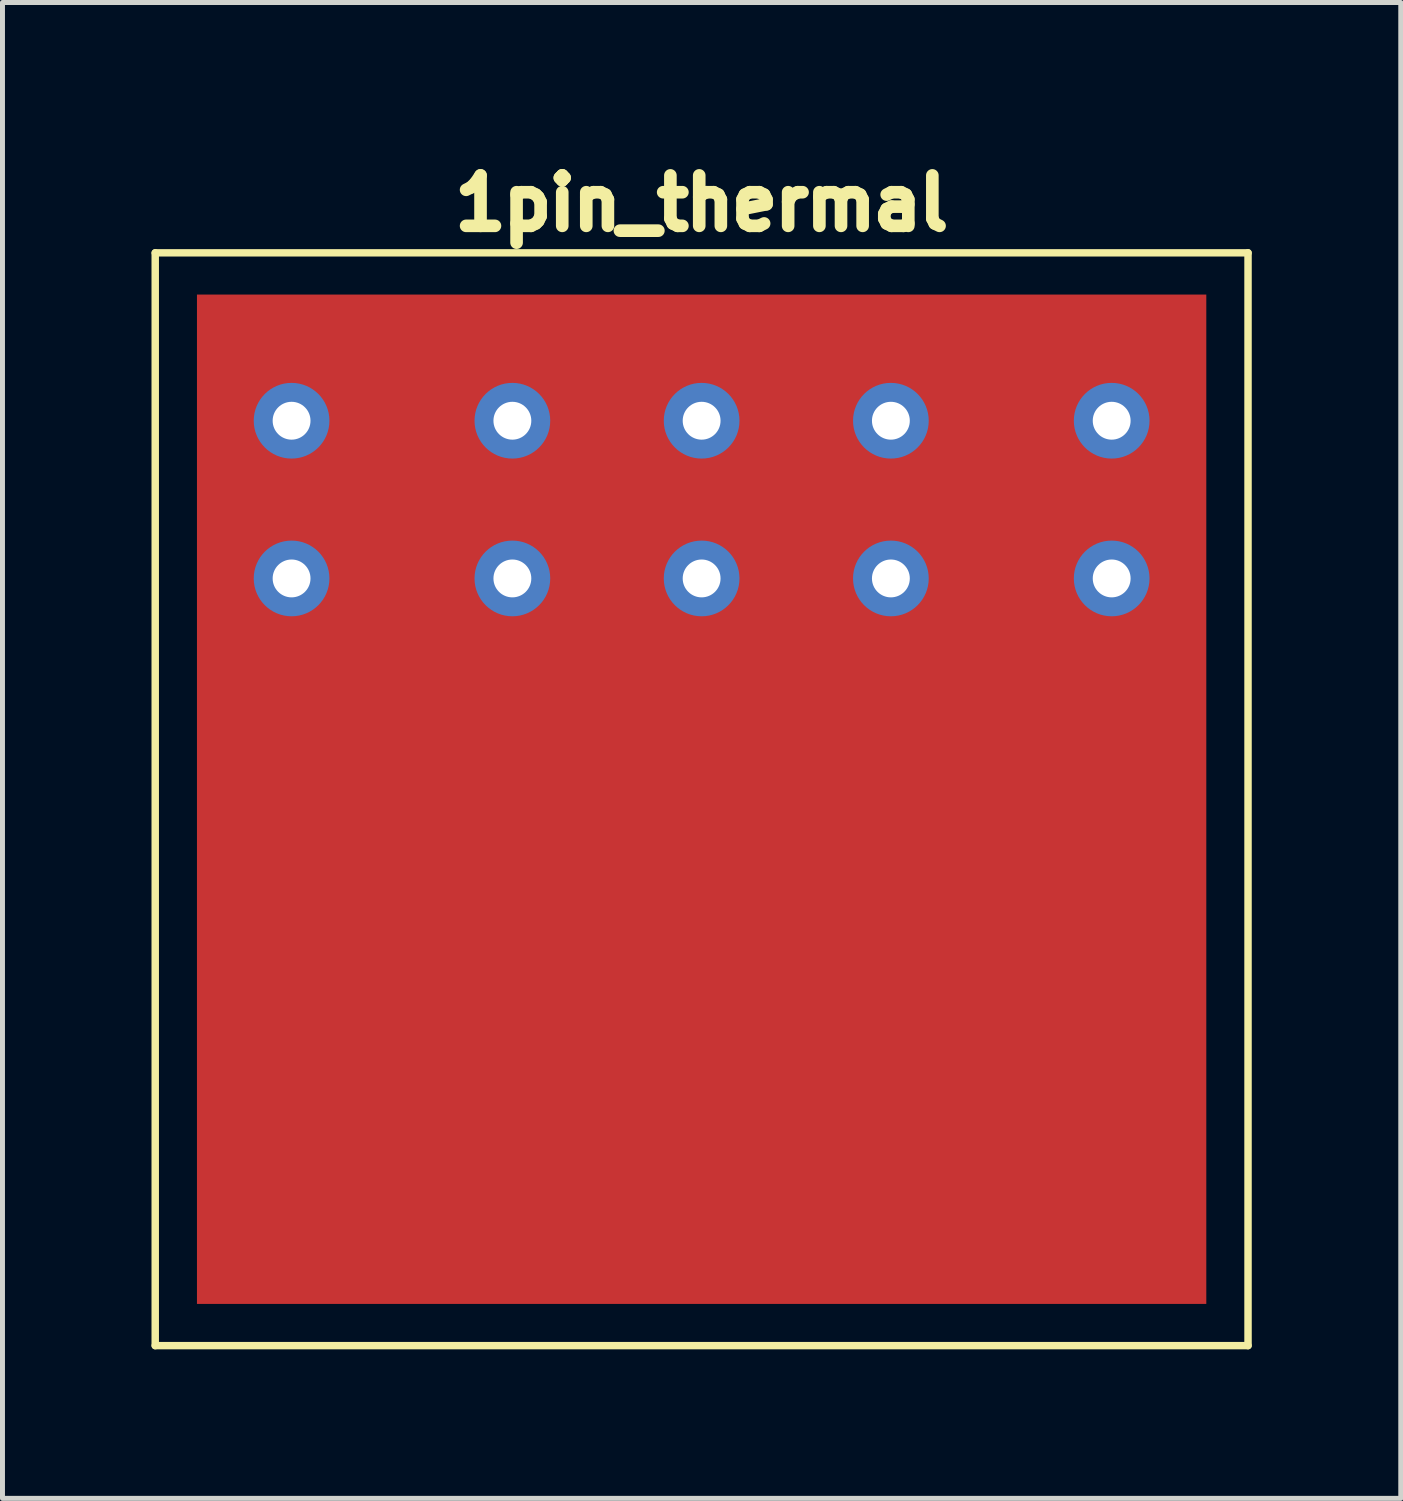
<source format=kicad_pcb>
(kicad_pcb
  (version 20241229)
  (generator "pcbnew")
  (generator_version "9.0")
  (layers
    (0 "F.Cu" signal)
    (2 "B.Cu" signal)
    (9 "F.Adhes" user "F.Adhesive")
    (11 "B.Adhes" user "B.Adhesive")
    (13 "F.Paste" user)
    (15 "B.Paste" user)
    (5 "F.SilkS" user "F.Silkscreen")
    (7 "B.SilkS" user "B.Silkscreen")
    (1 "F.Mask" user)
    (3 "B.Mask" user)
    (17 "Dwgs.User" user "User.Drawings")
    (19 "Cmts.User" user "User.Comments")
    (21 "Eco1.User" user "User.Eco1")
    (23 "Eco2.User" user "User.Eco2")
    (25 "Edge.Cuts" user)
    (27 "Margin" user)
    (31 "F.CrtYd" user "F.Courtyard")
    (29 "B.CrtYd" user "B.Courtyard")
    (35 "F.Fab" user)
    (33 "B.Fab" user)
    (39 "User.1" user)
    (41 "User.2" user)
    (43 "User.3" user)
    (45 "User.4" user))
  (footprint "1pin_thermal"
    (layer "F.Cu")
    (at 11.075 13.04)
    (property "Reference" "1pin_thermal" (at 0 -12 0) (layer "F.SilkS") (effects (font (size 1.016 1.016) (thickness 0.254))))
    (attr through_hole)
    (fp_line (start -11 -11) (end 11 -11) (stroke (width 0.15) (type solid)) (layer "F.SilkS"))
    (fp_line (start -11 11) (end -11 -11) (stroke (width 0.15) (type solid)) (layer "F.SilkS"))
    (fp_line (start 11 -11) (end 11 11) (stroke (width 0.15) (type solid)) (layer "F.SilkS"))
    (fp_line (start 11 11) (end -11 11) (stroke (width 0.15) (type solid)) (layer "F.SilkS"))
    (pad "1" thru_hole circle (at -8.255 -7.62) (size 1.524 1.524) (drill 0.762) (layers "*.Cu" "*.Mask"))
    (pad "1" thru_hole circle (at -8.255 -4.445) (size 1.524 1.524) (drill 0.762) (layers "*.Cu" "*.Mask"))
    (pad "1" thru_hole circle (at -3.81 -7.62) (size 1.524 1.524) (drill 0.762) (layers "*.Cu" "*.Mask"))
    (pad "1" thru_hole circle (at -3.81 -4.445) (size 1.524 1.524) (drill 0.762) (layers "*.Cu" "*.Mask"))
    (pad "1" thru_hole circle (at 0 -7.62) (size 1.524 1.524) (drill 0.762) (layers "*.Cu" "*.Mask"))
    (pad "1" thru_hole circle (at 0 -4.445) (size 1.524 1.524) (drill 0.762) (layers "*.Cu" "*.Mask"))
    (pad "1" smd rect (at 0 0) (size 20.32 20.32) (layers "F.Cu" "F.Mask" "F.Paste"))
    (pad "1" thru_hole circle (at 3.81 -7.62) (size 1.524 1.524) (drill 0.762) (layers "*.Cu" "*.Mask"))
    (pad "1" thru_hole circle (at 3.81 -4.445) (size 1.524 1.524) (drill 0.762) (layers "*.Cu" "*.Mask"))
    (pad "1" thru_hole circle (at 8.255 -7.62) (size 1.524 1.524) (drill 0.762) (layers "*.Cu" "*.Mask"))
    (pad "1" thru_hole circle (at 8.255 -4.445) (size 1.524 1.524) (drill 0.762) (layers "*.Cu" "*.Mask")))
  (gr_rect
    (start -3 -3)
    (end 25.15 27.115)
    (stroke (width 0.1) (type default))
    (fill no)
    (layer "Edge.Cuts")))
</source>
